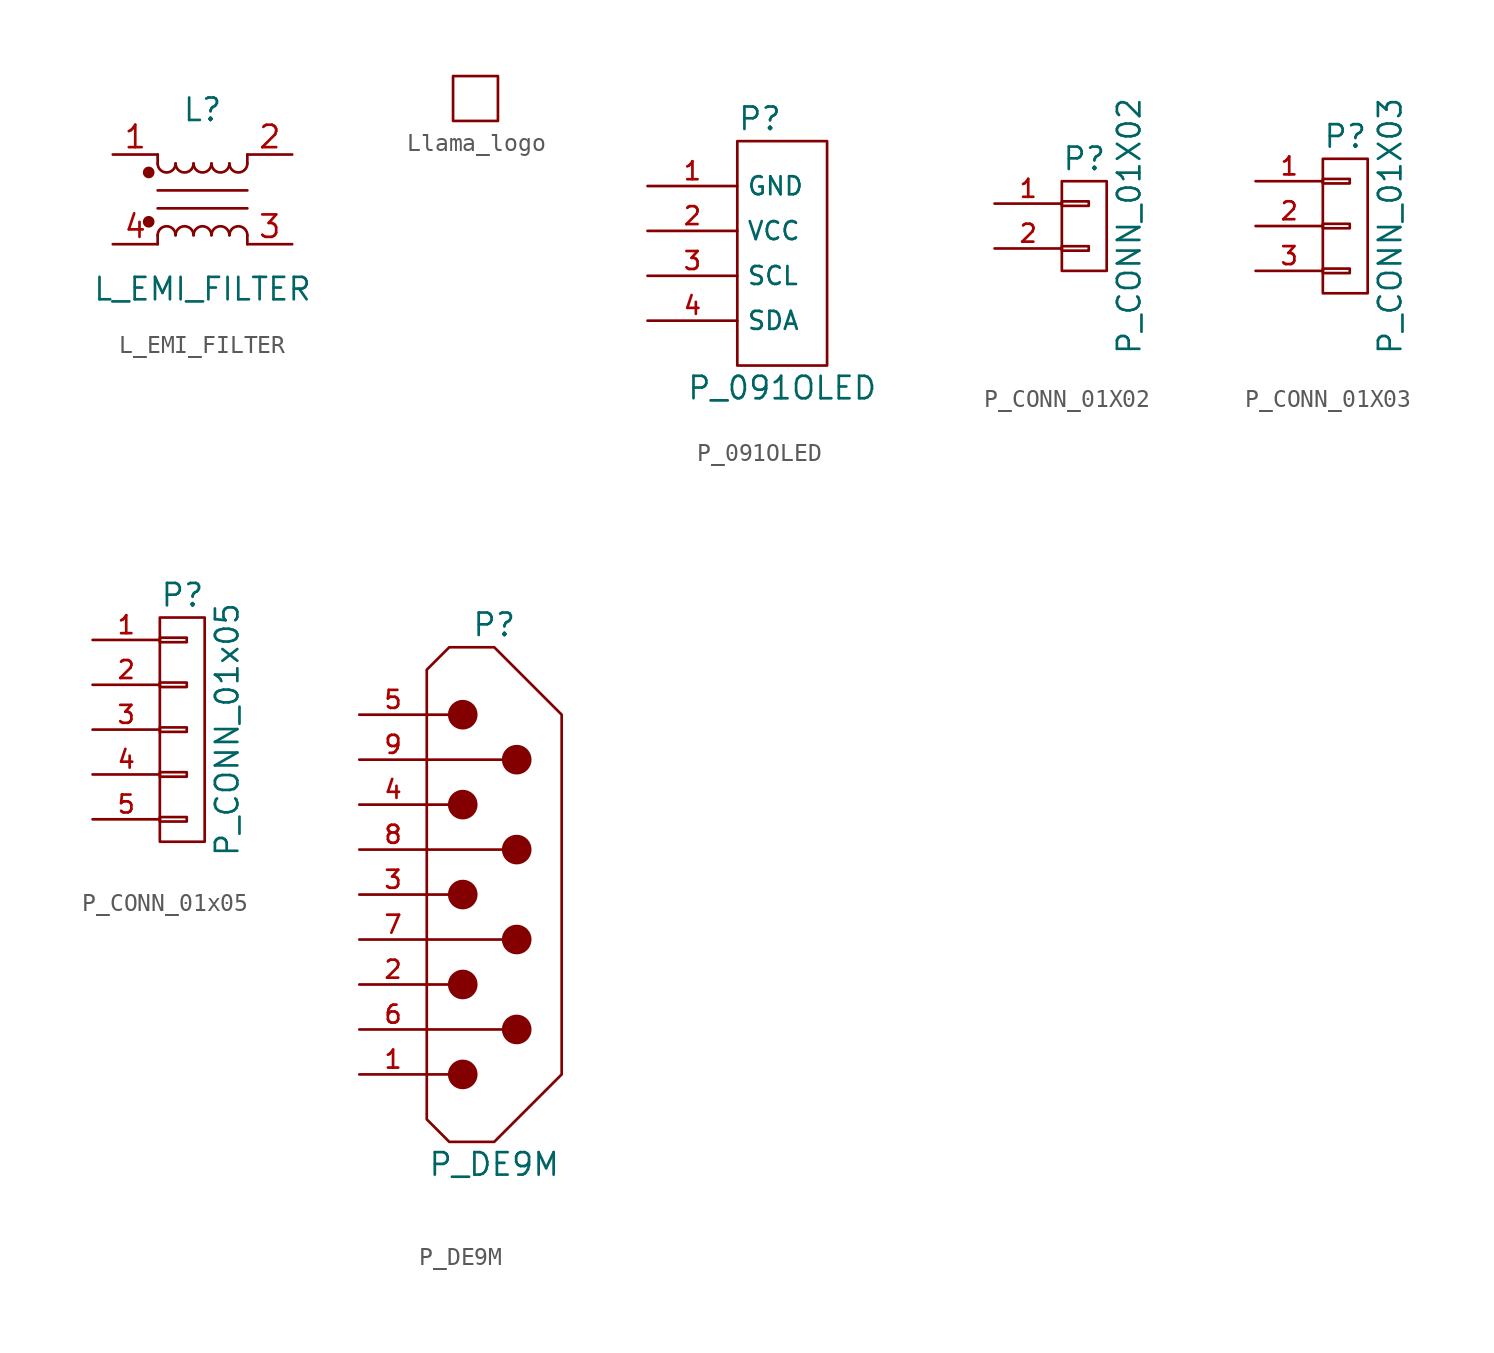
<source format=kicad_sym>
(kicad_symbol_lib
  (version 20231120)
  (generator "kicad_symbol_editor")
  (generator_version "8.0")
  (symbol "L_EMI_FILTER"
    (pin_names
      (offset 1.016))
    (property "Reference" "L"
      (at 0 5.08 0)
      (effects (font (size 1.27 1.27))))
    (property "Value" "L_EMI_FILTER"
      (at 0 -5.08 0)
      (effects (font (size 1.27 1.27))))
    (symbol "L_EMI_FILTER_1_1"
      (circle (center -3.048 -1.27) (radius 0.254) (stroke (width 0) (type default)) (fill (type outline)))
      (circle (center -3.048 1.524) (radius 0.254) (stroke (width 0) (type default)) (fill (type outline)))
      (arc (start -2.54 2.032) (mid -2.032 1.5262) (end -1.524 2.032) (stroke (width 0) (type default)) (fill (type none)))
      (arc (start -1.524 -2.032) (mid -2.032 -1.5262) (end -2.54 -2.032) (stroke (width 0) (type default)) (fill (type none)))
      (arc (start -1.524 2.032) (mid -1.016 1.5262) (end -0.508 2.032) (stroke (width 0) (type default)) (fill (type none)))
      (arc (start -0.508 -2.032) (mid -1.016 -1.5262) (end -1.524 -2.032) (stroke (width 0) (type default)) (fill (type none)))
      (arc (start -0.508 2.032) (mid 0 1.5262) (end 0.508 2.032) (stroke (width 0) (type default)) (fill (type none)))
      (polyline (pts (xy -2.54 -2.032) (xy -2.54 -2.54)) (stroke (width 0) (type default)) (fill (type none)))
      (polyline (pts (xy -2.54 0.508) (xy 2.54 0.508)) (stroke (width 0) (type default)) (fill (type none)))
      (polyline (pts (xy -2.54 2.032) (xy -2.54 2.54)) (stroke (width 0) (type default)) (fill (type none)))
      (polyline (pts (xy 2.54 -2.032) (xy 2.54 -2.54)) (stroke (width 0) (type default)) (fill (type none)))
      (polyline (pts (xy 2.54 -0.508) (xy -2.54 -0.508)) (stroke (width 0) (type default)) (fill (type none)))
      (polyline (pts (xy 2.54 2.54) (xy 2.54 2.032)) (stroke (width 0) (type default)) (fill (type none)))
      (arc (start 0.508 -2.032) (mid 0 -1.5262) (end -0.508 -2.032) (stroke (width 0) (type default)) (fill (type none)))
      (arc (start 0.508 2.032) (mid 1.016 1.5262) (end 1.524 2.032) (stroke (width 0) (type default)) (fill (type none)))
      (arc (start 1.524 -2.032) (mid 1.016 -1.5262) (end 0.508 -2.032) (stroke (width 0) (type default)) (fill (type none)))
      (arc (start 1.524 2.032) (mid 2.032 1.5262) (end 2.54 2.032) (stroke (width 0) (type default)) (fill (type none)))
      (arc (start 2.54 -2.032) (mid 2.032 -1.5262) (end 1.524 -2.032) (stroke (width 0) (type default)) (fill (type none)))
      (pin passive line (at -5.08 2.54 0) (length 2.54) (name "~" (effects (font (size 1.27 1.27)))) (number "1" (effects (font (size 1.27 1.27)))))
      (pin passive line (at 5.08 2.54 180) (length 2.54) (name "~" (effects (font (size 1.27 1.27)))) (number "2" (effects (font (size 1.27 1.27)))))
      (pin passive line (at 5.08 -2.54 180) (length 2.54) (name "~" (effects (font (size 1.27 1.27)))) (number "3" (effects (font (size 1.27 1.27)))))
      (pin passive line (at -5.08 -2.54 0) (length 2.54) (name "~" (effects (font (size 1.27 1.27)))) (number "4" (effects (font (size 1.27 1.27)))))))
  (symbol "Llama_logo"
    (pin_names
      (offset 1.016))
    (property "Reference" "#LOGO"
      (at 0 6.985 0)
      (effects (font (size 1.27 1.27)) (hide yes)))
    (symbol "Llama_logo_0_1"
      (rectangle (start -1.27 1.27) (end 1.27 -1.27) (stroke (width 0.152) (type default)) (fill (type none)))))
  (symbol "P_091OLED"
    (property "Reference" "P"
      (at -2.54 7.62 0)
      (effects (font (size 1.27 1.27)) (justify left)))
    (property "Value" "P_091OLED"
      (at 0 -7.62 0)
      (effects (font (size 1.27 1.27))))
    (symbol "P_091OLED_0_1"
      (rectangle (start -2.54 6.35) (end 2.54 -6.35) (stroke (width 0.152) (type default)) (fill (type none))))
    (symbol "P_091OLED_1_1"
      (pin power_in line (at -7.62 3.81 0) (length 5.08) (name "GND" (effects (font (size 1.016 1.016)))) (number "1" (effects (font (size 1.016 1.016)))))
      (pin power_in line (at -7.62 1.27 0) (length 5.08) (name "VCC" (effects (font (size 1.016 1.016)))) (number "2" (effects (font (size 1.016 1.016)))))
      (pin input line (at -7.62 -1.27 0) (length 5.08) (name "SCL" (effects (font (size 1.016 1.016)))) (number "3" (effects (font (size 1.016 1.016)))))
      (pin input line (at -7.62 -3.81 0) (length 5.08) (name "SDA" (effects (font (size 1.016 1.016)))) (number "4" (effects (font (size 1.016 1.016)))))))
  (symbol "P_CONN_01X02"
    (pin_names
      (offset 1.016))
    (property "Reference" "P"
      (at 0 3.81 0)
      (effects (font (size 1.27 1.27))))
    (property "Value" "P_CONN_01X02"
      (at 2.54 0 90)
      (effects (font (size 1.27 1.27))))
    (symbol "P_CONN_01X02_1_1"
      (rectangle (start -1.27 -1.143) (end 0.254 -1.397) (stroke (width 0) (type default)) (fill (type none)))
      (rectangle (start -1.27 1.397) (end 0.254 1.143) (stroke (width 0) (type default)) (fill (type none)))
      (rectangle (start -1.27 2.54) (end 1.27 -2.54) (stroke (width 0) (type default)) (fill (type none)))
      (pin passive line (at -5.08 1.27 0) (length 3.81) (name "~" (effects (font (size 1.016 1.016)))) (number "1" (effects (font (size 1.016 1.016)))))
      (pin passive line (at -5.08 -1.27 0) (length 3.81) (name "~" (effects (font (size 1.016 1.016)))) (number "2" (effects (font (size 1.016 1.016)))))))
  (symbol "P_CONN_01X03"
    (pin_names
      (offset 1.016))
    (property "Reference" "P"
      (at 0 5.08 0)
      (effects (font (size 1.27 1.27))))
    (property "Value" "P_CONN_01X03"
      (at 2.54 0 90)
      (effects (font (size 1.27 1.27))))
    (symbol "P_CONN_01X03_0_1"
      (rectangle (start -1.27 3.81) (end 1.27 -3.81) (stroke (width 0.152) (type default)) (fill (type none))))
    (symbol "P_CONN_01X03_1_1"
      (rectangle (start -1.27 -2.413) (end 0.254 -2.667) (stroke (width 0) (type default)) (fill (type none)))
      (rectangle (start -1.27 0.127) (end 0.254 -0.127) (stroke (width 0) (type default)) (fill (type none)))
      (rectangle (start -1.27 2.667) (end 0.254 2.413) (stroke (width 0) (type default)) (fill (type none)))
      (pin passive line (at -5.08 2.54 0) (length 3.81) (name "~" (effects (font (size 1.016 1.016)))) (number "1" (effects (font (size 1.016 1.016)))))
      (pin passive line (at -5.08 0 0) (length 3.81) (name "~" (effects (font (size 1.016 1.016)))) (number "2" (effects (font (size 1.016 1.016)))))
      (pin passive line (at -5.08 -2.54 0) (length 3.81) (name "~" (effects (font (size 1.016 1.016)))) (number "3" (effects (font (size 1.016 1.016)))))))
  (symbol "P_CONN_01x05"
    (pin_names
      (offset 1.016))
    (property "Reference" "P"
      (at -1.27 7.62 0)
      (effects (font (size 1.27 1.27)) (justify left)))
    (property "Value" "P_CONN_01x05"
      (at 2.54 0 90)
      (effects (font (size 1.27 1.27))))
    (symbol "P_CONN_01x05_1_1"
      (rectangle (start -1.27 -4.953) (end 0.254 -5.207) (stroke (width 0) (type default)) (fill (type none)))
      (rectangle (start -1.27 -2.413) (end 0.254 -2.667) (stroke (width 0) (type default)) (fill (type none)))
      (rectangle (start -1.27 0.127) (end 0.254 -0.127) (stroke (width 0) (type default)) (fill (type none)))
      (rectangle (start -1.27 2.667) (end 0.254 2.413) (stroke (width 0) (type default)) (fill (type none)))
      (rectangle (start -1.27 5.207) (end 0.254 4.953) (stroke (width 0) (type default)) (fill (type none)))
      (rectangle (start -1.27 6.35) (end 1.27 -6.35) (stroke (width 0) (type default)) (fill (type none)))
      (pin passive line (at -5.08 5.08 0) (length 3.81) (name "~" (effects (font (size 1.016 1.016)))) (number "1" (effects (font (size 1.016 1.016)))))
      (pin passive line (at -5.08 2.54 0) (length 3.81) (name "~" (effects (font (size 1.016 1.016)))) (number "2" (effects (font (size 1.016 1.016)))))
      (pin passive line (at -5.08 0 0) (length 3.81) (name "~" (effects (font (size 1.016 1.016)))) (number "3" (effects (font (size 1.016 1.016)))))
      (pin passive line (at -5.08 -2.54 0) (length 3.81) (name "~" (effects (font (size 1.016 1.016)))) (number "4" (effects (font (size 1.016 1.016)))))
      (pin passive line (at -5.08 -5.08 0) (length 3.81) (name "~" (effects (font (size 1.016 1.016)))) (number "5" (effects (font (size 1.016 1.016)))))))
  (symbol "P_DE9M"
    (pin_names
      (offset 0.025))
    (property "Reference" "P"
      (at 0 15.24 0)
      (effects (font (size 1.27 1.27))))
    (property "Value" "P_DE9M"
      (at 0 -15.24 0)
      (effects (font (size 1.27 1.27))))
    (symbol "P_DE9M_1_1"
      (circle (center -1.778 -10.16) (radius 0.762) (stroke (width 0) (type default)) (fill (type outline)))
      (circle (center -1.778 -5.08) (radius 0.762) (stroke (width 0) (type default)) (fill (type outline)))
      (circle (center -1.778 0) (radius 0.762) (stroke (width 0) (type default)) (fill (type outline)))
      (circle (center -1.778 5.08) (radius 0.762) (stroke (width 0) (type default)) (fill (type outline)))
      (circle (center -1.778 10.16) (radius 0.762) (stroke (width 0) (type default)) (fill (type outline)))
      (polyline (pts (xy -3.81 -10.16) (xy -2.54 -10.16)) (stroke (width 0) (type default)) (fill (type none)))
      (polyline (pts (xy -3.81 -7.62) (xy 0.508 -7.62)) (stroke (width 0) (type default)) (fill (type none)))
      (polyline (pts (xy -3.81 -5.08) (xy -2.54 -5.08)) (stroke (width 0) (type default)) (fill (type none)))
      (polyline (pts (xy -3.81 -2.54) (xy 0.508 -2.54)) (stroke (width 0) (type default)) (fill (type none)))
      (polyline (pts (xy -3.81 0) (xy -2.54 0)) (stroke (width 0) (type default)) (fill (type none)))
      (polyline (pts (xy -3.81 2.54) (xy 0.508 2.54)) (stroke (width 0) (type default)) (fill (type none)))
      (polyline (pts (xy -3.81 5.08) (xy -2.54 5.08)) (stroke (width 0) (type default)) (fill (type none)))
      (polyline (pts (xy -3.81 7.62) (xy 0.508 7.62)) (stroke (width 0) (type default)) (fill (type none)))
      (polyline (pts (xy -3.81 10.16) (xy -2.54 10.16)) (stroke (width 0) (type default)) (fill (type none)))
      (polyline (pts (xy -3.81 12.7) (xy -2.54 13.97) (xy 0 13.97) (xy 3.81 10.16) (xy 3.81 -10.16) (xy 0 -13.97) (xy -2.54 -13.97) (xy -3.81 -12.7) (xy -3.81 12.7)) (stroke (width 0.152) (type default)) (fill (type none)))
      (circle (center 1.27 -7.62) (radius 0.762) (stroke (width 0) (type default)) (fill (type outline)))
      (circle (center 1.27 -2.54) (radius 0.762) (stroke (width 0) (type default)) (fill (type outline)))
      (circle (center 1.27 2.54) (radius 0.762) (stroke (width 0) (type default)) (fill (type outline)))
      (circle (center 1.27 7.62) (radius 0.762) (stroke (width 0) (type default)) (fill (type outline)))
      (pin passive line (at -7.62 -10.16 0) (length 3.81) (name "~" (effects (font (size 1.016 1.016)))) (number "1" (effects (font (size 1.016 1.016)))))
      (pin power_in line (at 3.81 10.16 270) (length 0) hide (name "GND" (effects (font (size 1.016 1.016)))) (number "10" (effects (font (size 1.016 1.016)))))
      (pin power_in line (at 3.81 -10.16 90) (length 0) hide (name "GND" (effects (font (size 1.016 1.016)))) (number "11" (effects (font (size 1.016 1.016)))))
      (pin passive line (at -7.62 -5.08 0) (length 3.81) (name "~" (effects (font (size 1.016 1.016)))) (number "2" (effects (font (size 1.016 1.016)))))
      (pin passive line (at -7.62 0 0) (length 3.81) (name "~" (effects (font (size 1.016 1.016)))) (number "3" (effects (font (size 1.016 1.016)))))
      (pin passive line (at -7.62 5.08 0) (length 3.81) (name "~" (effects (font (size 1.016 1.016)))) (number "4" (effects (font (size 1.016 1.016)))))
      (pin passive line (at -7.62 10.16 0) (length 3.81) (name "~" (effects (font (size 1.016 1.016)))) (number "5" (effects (font (size 1.016 1.016)))))
      (pin passive line (at -7.62 -7.62 0) (length 3.81) (name "~" (effects (font (size 1.016 1.016)))) (number "6" (effects (font (size 1.016 1.016)))))
      (pin passive line (at -7.62 -2.54 0) (length 3.81) (name "~" (effects (font (size 1.016 1.016)))) (number "7" (effects (font (size 1.016 1.016)))))
      (pin passive line (at -7.62 2.54 0) (length 3.81) (name "~" (effects (font (size 1.016 1.016)))) (number "8" (effects (font (size 1.016 1.016)))))
      (pin passive line (at -7.62 7.62 0) (length 3.81) (name "~" (effects (font (size 1.016 1.016)))) (number "9" (effects (font (size 1.016 1.016))))))))
</source>
